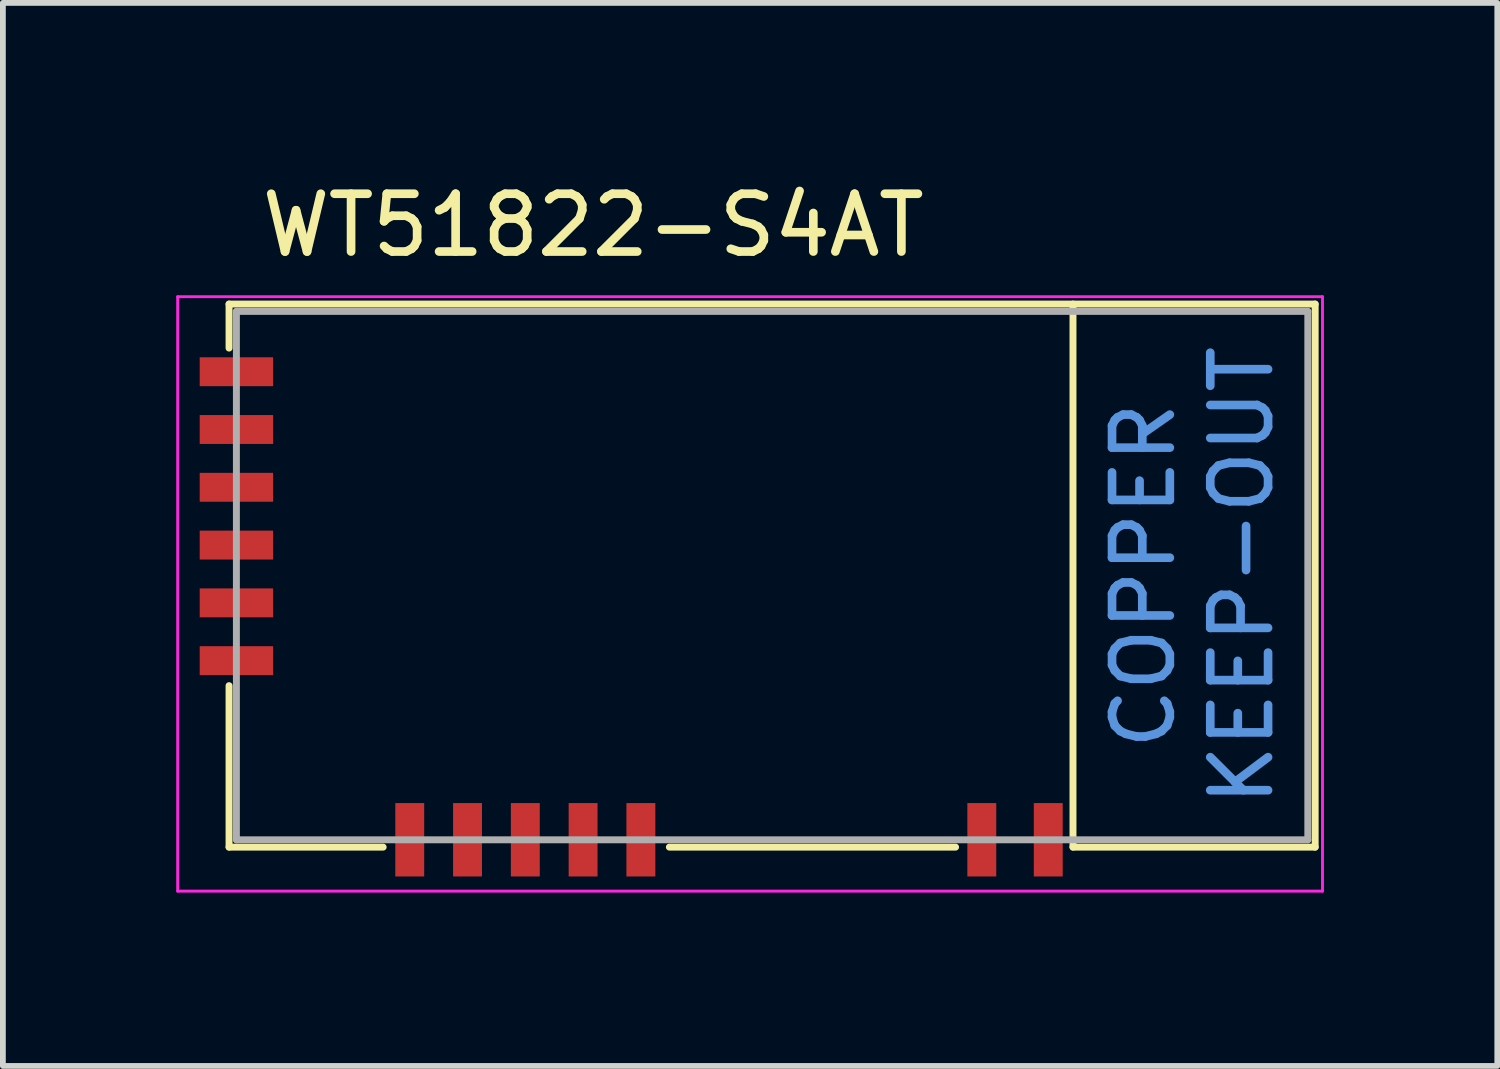
<source format=kicad_pcb>
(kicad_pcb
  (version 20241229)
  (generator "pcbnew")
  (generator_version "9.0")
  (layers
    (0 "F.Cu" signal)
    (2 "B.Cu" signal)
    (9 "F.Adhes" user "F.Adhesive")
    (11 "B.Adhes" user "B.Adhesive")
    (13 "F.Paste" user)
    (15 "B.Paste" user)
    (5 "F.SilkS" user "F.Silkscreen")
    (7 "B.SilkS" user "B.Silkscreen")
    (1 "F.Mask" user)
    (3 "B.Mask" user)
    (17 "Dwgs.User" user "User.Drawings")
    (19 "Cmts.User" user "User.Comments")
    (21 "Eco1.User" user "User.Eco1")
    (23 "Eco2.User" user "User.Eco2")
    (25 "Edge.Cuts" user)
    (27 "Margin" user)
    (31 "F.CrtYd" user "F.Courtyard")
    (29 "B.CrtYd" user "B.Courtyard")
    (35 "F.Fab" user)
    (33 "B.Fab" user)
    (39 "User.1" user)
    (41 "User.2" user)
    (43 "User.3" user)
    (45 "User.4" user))
  (footprint "WT51822-S4AT"
    (layer "F.Cu")
    (at 1.041 11.483)
    (property "Reference" "WT51822-S4AT" (at 6.175 -10.635 0) (layer "F.SilkS") (effects (font (size 1 1) (thickness 0.15))))
    (attr smd)
    (fp_line (start -0.127 -8.509) (end -0.127 -9.271) (stroke (width 0.12) (type solid)) (layer "F.SilkS"))
    (fp_line (start -0.127 0.127) (end -0.127 -2.667) (stroke (width 0.12) (type solid)) (layer "F.SilkS"))
    (fp_line (start -0.127 0.127) (end 2.54 0.127) (stroke (width 0.12) (type solid)) (layer "F.SilkS"))
    (fp_line (start 7.493 0.127) (end 12.446 0.127) (stroke (width 0.12) (type solid)) (layer "F.SilkS"))
    (fp_line (start 14.478 0.127) (end 14.478 -9.271) (stroke (width 0.12) (type solid)) (layer "F.SilkS"))
    (fp_line (start 14.478 0.127) (end 18.669 0.127) (stroke (width 0.12) (type solid)) (layer "F.SilkS"))
    (fp_line (start 18.669 -9.271) (end -0.127 -9.271) (stroke (width 0.12) (type solid)) (layer "F.SilkS"))
    (fp_line (start 18.669 0.127) (end 18.669 -9.271) (stroke (width 0.12) (type solid)) (layer "F.SilkS"))
    (fp_line (start -1.016 0.889) (end -1.016 -9.398) (stroke (width 0.05) (type solid)) (layer "F.CrtYd"))
    (fp_line (start 18.796 -9.398) (end -1.016 -9.398) (stroke (width 0.05) (type solid)) (layer "F.CrtYd"))
    (fp_line (start 18.796 0.889) (end -1.016 0.889) (stroke (width 0.05) (type solid)) (layer "F.CrtYd"))
    (fp_line (start 18.796 0.889) (end 18.796 -9.398) (stroke (width 0.05) (type solid)) (layer "F.CrtYd"))
    (fp_line (start 0 -9.144) (end 0 0) (stroke (width 0.12) (type solid)) (layer "F.Fab"))
    (fp_line (start 0 0) (end 18.542 0) (stroke (width 0.12) (type solid)) (layer "F.Fab"))
    (fp_line (start 18.542 -9.144) (end 0 -9.144) (stroke (width 0.12) (type solid)) (layer "F.Fab"))
    (fp_line (start 18.542 0) (end 18.542 -9.144) (stroke (width 0.12) (type solid)) (layer "F.Fab"))
    (fp_text user "COPPER" (at 15.699 -4.572 90) (layer "Cmts.User") (effects (font (size 1 1) (thickness 0.15))))
    (fp_text user "KEEP-OUT" (at 17.399 -4.572 90) (layer "Cmts.User") (effects (font (size 1 1) (thickness 0.15))))
    (pad "1" smd rect (at 0 -8.1) (size 1.27 0.5) (layers "F.Cu" "F.Mask" "F.Paste"))
    (pad "2" smd rect (at 0 -7.1) (size 1.27 0.5) (layers "F.Cu" "F.Mask" "F.Paste"))
    (pad "3" smd rect (at 0 -6.1) (size 1.27 0.5) (layers "F.Cu" "F.Mask" "F.Paste"))
    (pad "4" smd rect (at 0 -5.1) (size 1.27 0.5) (layers "F.Cu" "F.Mask" "F.Paste"))
    (pad "5" smd rect (at 0 -4.1) (size 1.27 0.5) (layers "F.Cu" "F.Mask" "F.Paste"))
    (pad "6" smd rect (at 0 -3.1) (size 1.27 0.5) (layers "F.Cu" "F.Mask" "F.Paste"))
    (pad "7" smd rect (at 3 0 270) (size 1.27 0.5) (layers "F.Cu" "F.Mask" "F.Paste"))
    (pad "8" smd rect (at 4 0 270) (size 1.27 0.5) (layers "F.Cu" "F.Mask" "F.Paste"))
    (pad "9" smd rect (at 5 0 270) (size 1.27 0.5) (layers "F.Cu" "F.Mask" "F.Paste"))
    (pad "10" smd rect (at 6 0 270) (size 1.27 0.5) (layers "F.Cu" "F.Mask" "F.Paste"))
    (pad "11" smd rect (at 7 0 270) (size 1.27 0.5) (layers "F.Cu" "F.Mask" "F.Paste"))
    (pad "12" smd rect (at 12.9 0 270) (size 1.27 0.5) (layers "F.Cu" "F.Mask" "F.Paste"))
    (pad "13" smd rect (at 14.05 0 270) (size 1.27 0.5) (layers "F.Cu" "F.Mask" "F.Paste"))
    (zone (net_name "") (layer "F.Cu") (hatch full 0.508) (connect_pads) (min_thickness 0.01) (filled_areas_thickness no) (keepout (tracks not_allowed) (vias not_allowed) (pads not_allowed) (copperpour not_allowed) (footprints not_allowed)) (placement (enabled no)) (fill) (polygon (pts (xy 12.541 3.483) (xy 15.441 3.483) (xy 15.441 9.483) (xy 12.541 9.483))))
    (zone (net_name "") (layers "F.Cu" "B.Cu") (hatch full 0.508) (connect_pads) (min_thickness 0.01) (filled_areas_thickness no) (keepout (tracks not_allowed) (vias not_allowed) (pads not_allowed) (copperpour not_allowed) (footprints not_allowed)) (placement (enabled no)) (fill) (polygon (pts (xy 15.441 2.339) (xy 19.583 2.339) (xy 19.583 11.483) (xy 15.441 11.483)))))
  (gr_rect
    (start -3 -3)
    (end 22.862 15.397)
    (stroke (width 0.1) (type default))
    (fill no)
    (layer "Edge.Cuts")))
</source>
